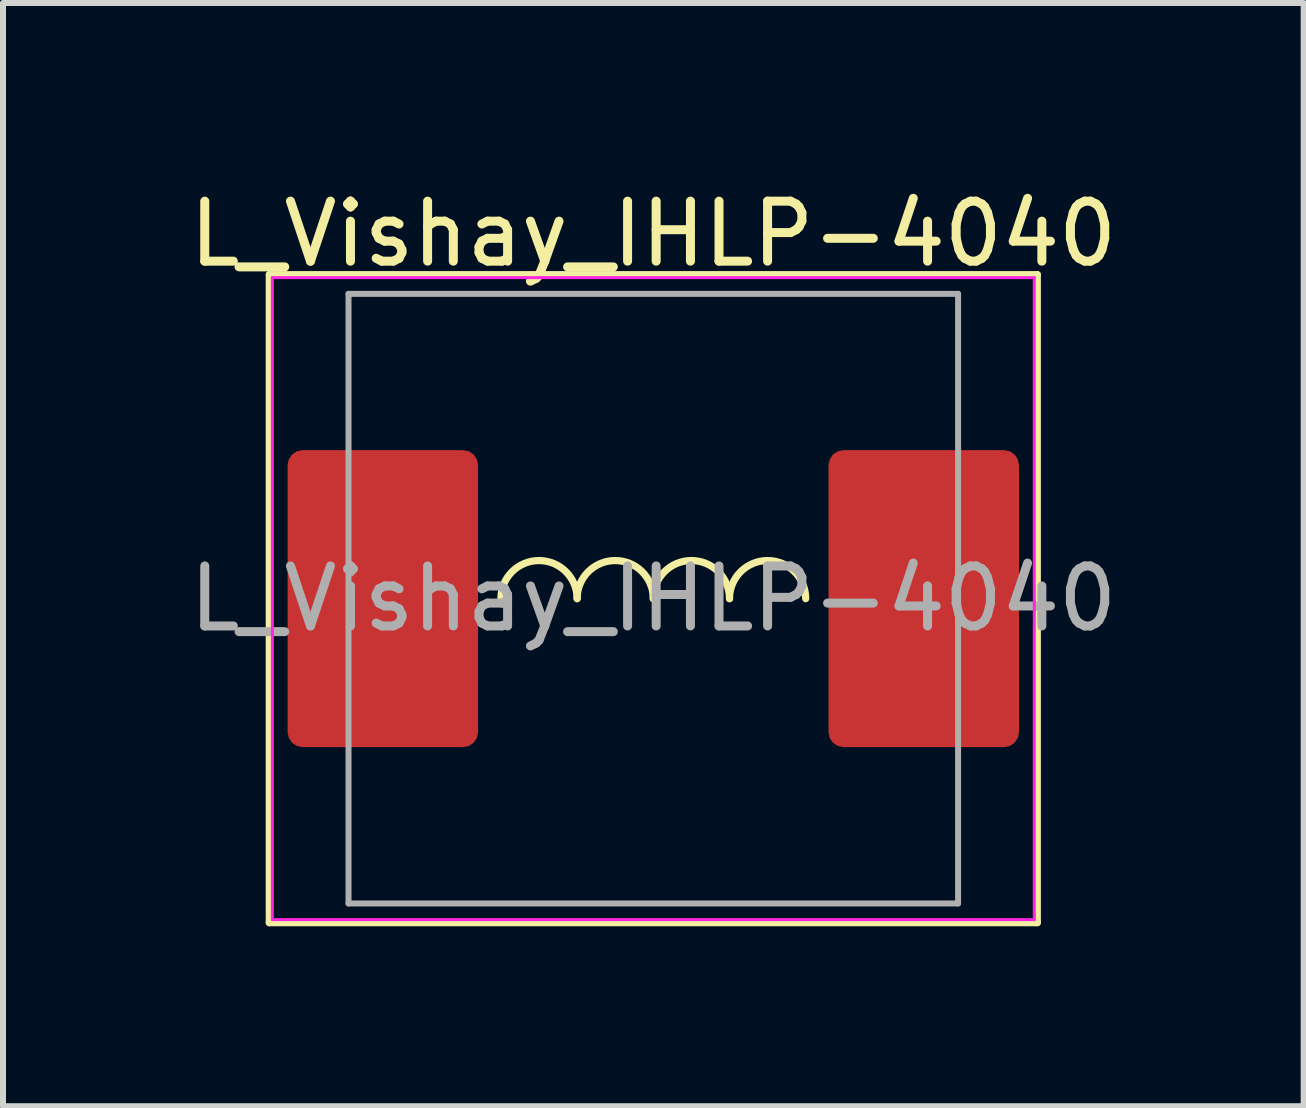
<source format=kicad_pcb>
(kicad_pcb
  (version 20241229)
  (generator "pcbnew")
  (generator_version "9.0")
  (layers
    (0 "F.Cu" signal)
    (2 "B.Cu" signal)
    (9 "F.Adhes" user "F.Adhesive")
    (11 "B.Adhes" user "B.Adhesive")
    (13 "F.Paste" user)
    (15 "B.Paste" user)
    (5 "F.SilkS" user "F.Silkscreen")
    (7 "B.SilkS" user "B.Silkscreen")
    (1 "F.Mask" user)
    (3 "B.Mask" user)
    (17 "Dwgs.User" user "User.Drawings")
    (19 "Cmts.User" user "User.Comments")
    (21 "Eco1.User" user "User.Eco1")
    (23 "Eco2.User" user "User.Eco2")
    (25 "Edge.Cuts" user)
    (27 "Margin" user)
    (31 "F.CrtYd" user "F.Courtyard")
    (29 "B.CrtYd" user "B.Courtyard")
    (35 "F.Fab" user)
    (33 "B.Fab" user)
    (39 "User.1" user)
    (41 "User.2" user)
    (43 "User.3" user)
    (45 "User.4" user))
  (footprint "L_Vishay_IHLP-4040"
    (layer "F.Cu")
    (at 7.839 6.928)
    (property "Reference" "L_Vishay_IHLP-4040" (at 0 -6.08 0) (layer "F.SilkS") (effects (font (size 1 1) (thickness 0.15))))
    (attr smd)
    (fp_line (start -6.4 -5.4) (end -6.4 5.4) (stroke (width 0.12) (type solid)) (layer "F.SilkS"))
    (fp_line (start -6.4 5.4) (end 6.4 5.4) (stroke (width 0.12) (type solid)) (layer "F.SilkS"))
    (fp_line (start 6.4 -5.4) (end -6.4 -5.4) (stroke (width 0.12) (type solid)) (layer "F.SilkS"))
    (fp_line (start 6.4 5.4) (end 6.4 -5.4) (stroke (width 0.12) (type solid)) (layer "F.SilkS"))
    (fp_arc (start -2.54 0) (mid -1.905 -0.635) (end -1.27 0) (stroke (width 0.12) (type solid)) (layer "F.SilkS"))
    (fp_arc (start -1.27 0) (mid -0.635 -0.635) (end 0 0) (stroke (width 0.12) (type solid)) (layer "F.SilkS"))
    (fp_arc (start 0 0) (mid 0.635 -0.635) (end 1.27 0) (stroke (width 0.12) (type solid)) (layer "F.SilkS"))
    (fp_arc (start 1.27 0) (mid 1.905 -0.635) (end 2.54 0) (stroke (width 0.12) (type solid)) (layer "F.SilkS"))
    (fp_line (start -6.35 -5.35) (end -6.35 5.35) (stroke (width 0.05) (type solid)) (layer "F.CrtYd"))
    (fp_line (start -6.35 5.35) (end 6.35 5.35) (stroke (width 0.05) (type solid)) (layer "F.CrtYd"))
    (fp_line (start 6.35 -5.35) (end -6.35 -5.35) (stroke (width 0.05) (type solid)) (layer "F.CrtYd"))
    (fp_line (start 6.35 5.35) (end 6.35 -5.35) (stroke (width 0.05) (type solid)) (layer "F.CrtYd"))
    (fp_line (start -5.08 -5.08) (end -5.08 5.08) (stroke (width 0.1) (type solid)) (layer "F.Fab"))
    (fp_line (start -5.08 5.08) (end 5.08 5.08) (stroke (width 0.1) (type solid)) (layer "F.Fab"))
    (fp_line (start 5.08 -5.08) (end -5.08 -5.08) (stroke (width 0.1) (type solid)) (layer "F.Fab"))
    (fp_line (start 5.08 5.08) (end 5.08 -5.08) (stroke (width 0.1) (type solid)) (layer "F.Fab"))
    (fp_text user "${REFERENCE}" (at 0 0 0) (layer "F.Fab") (effects (font (size 1 1) (thickness 0.15))))
    (pad "1" smd roundrect (at -4.508 0) (size 3.175 4.95) (layers "F.Cu" "F.Mask" "F.Paste") (roundrect_rratio 0.079))
    (pad "2" smd roundrect (at 4.508 0) (size 3.175 4.95) (layers "F.Cu" "F.Mask" "F.Paste") (roundrect_rratio 0.079)))
  (gr_rect
    (start -3 -3)
    (end 18.679 15.388)
    (stroke (width 0.1) (type default))
    (fill no)
    (layer "Edge.Cuts")))
</source>
